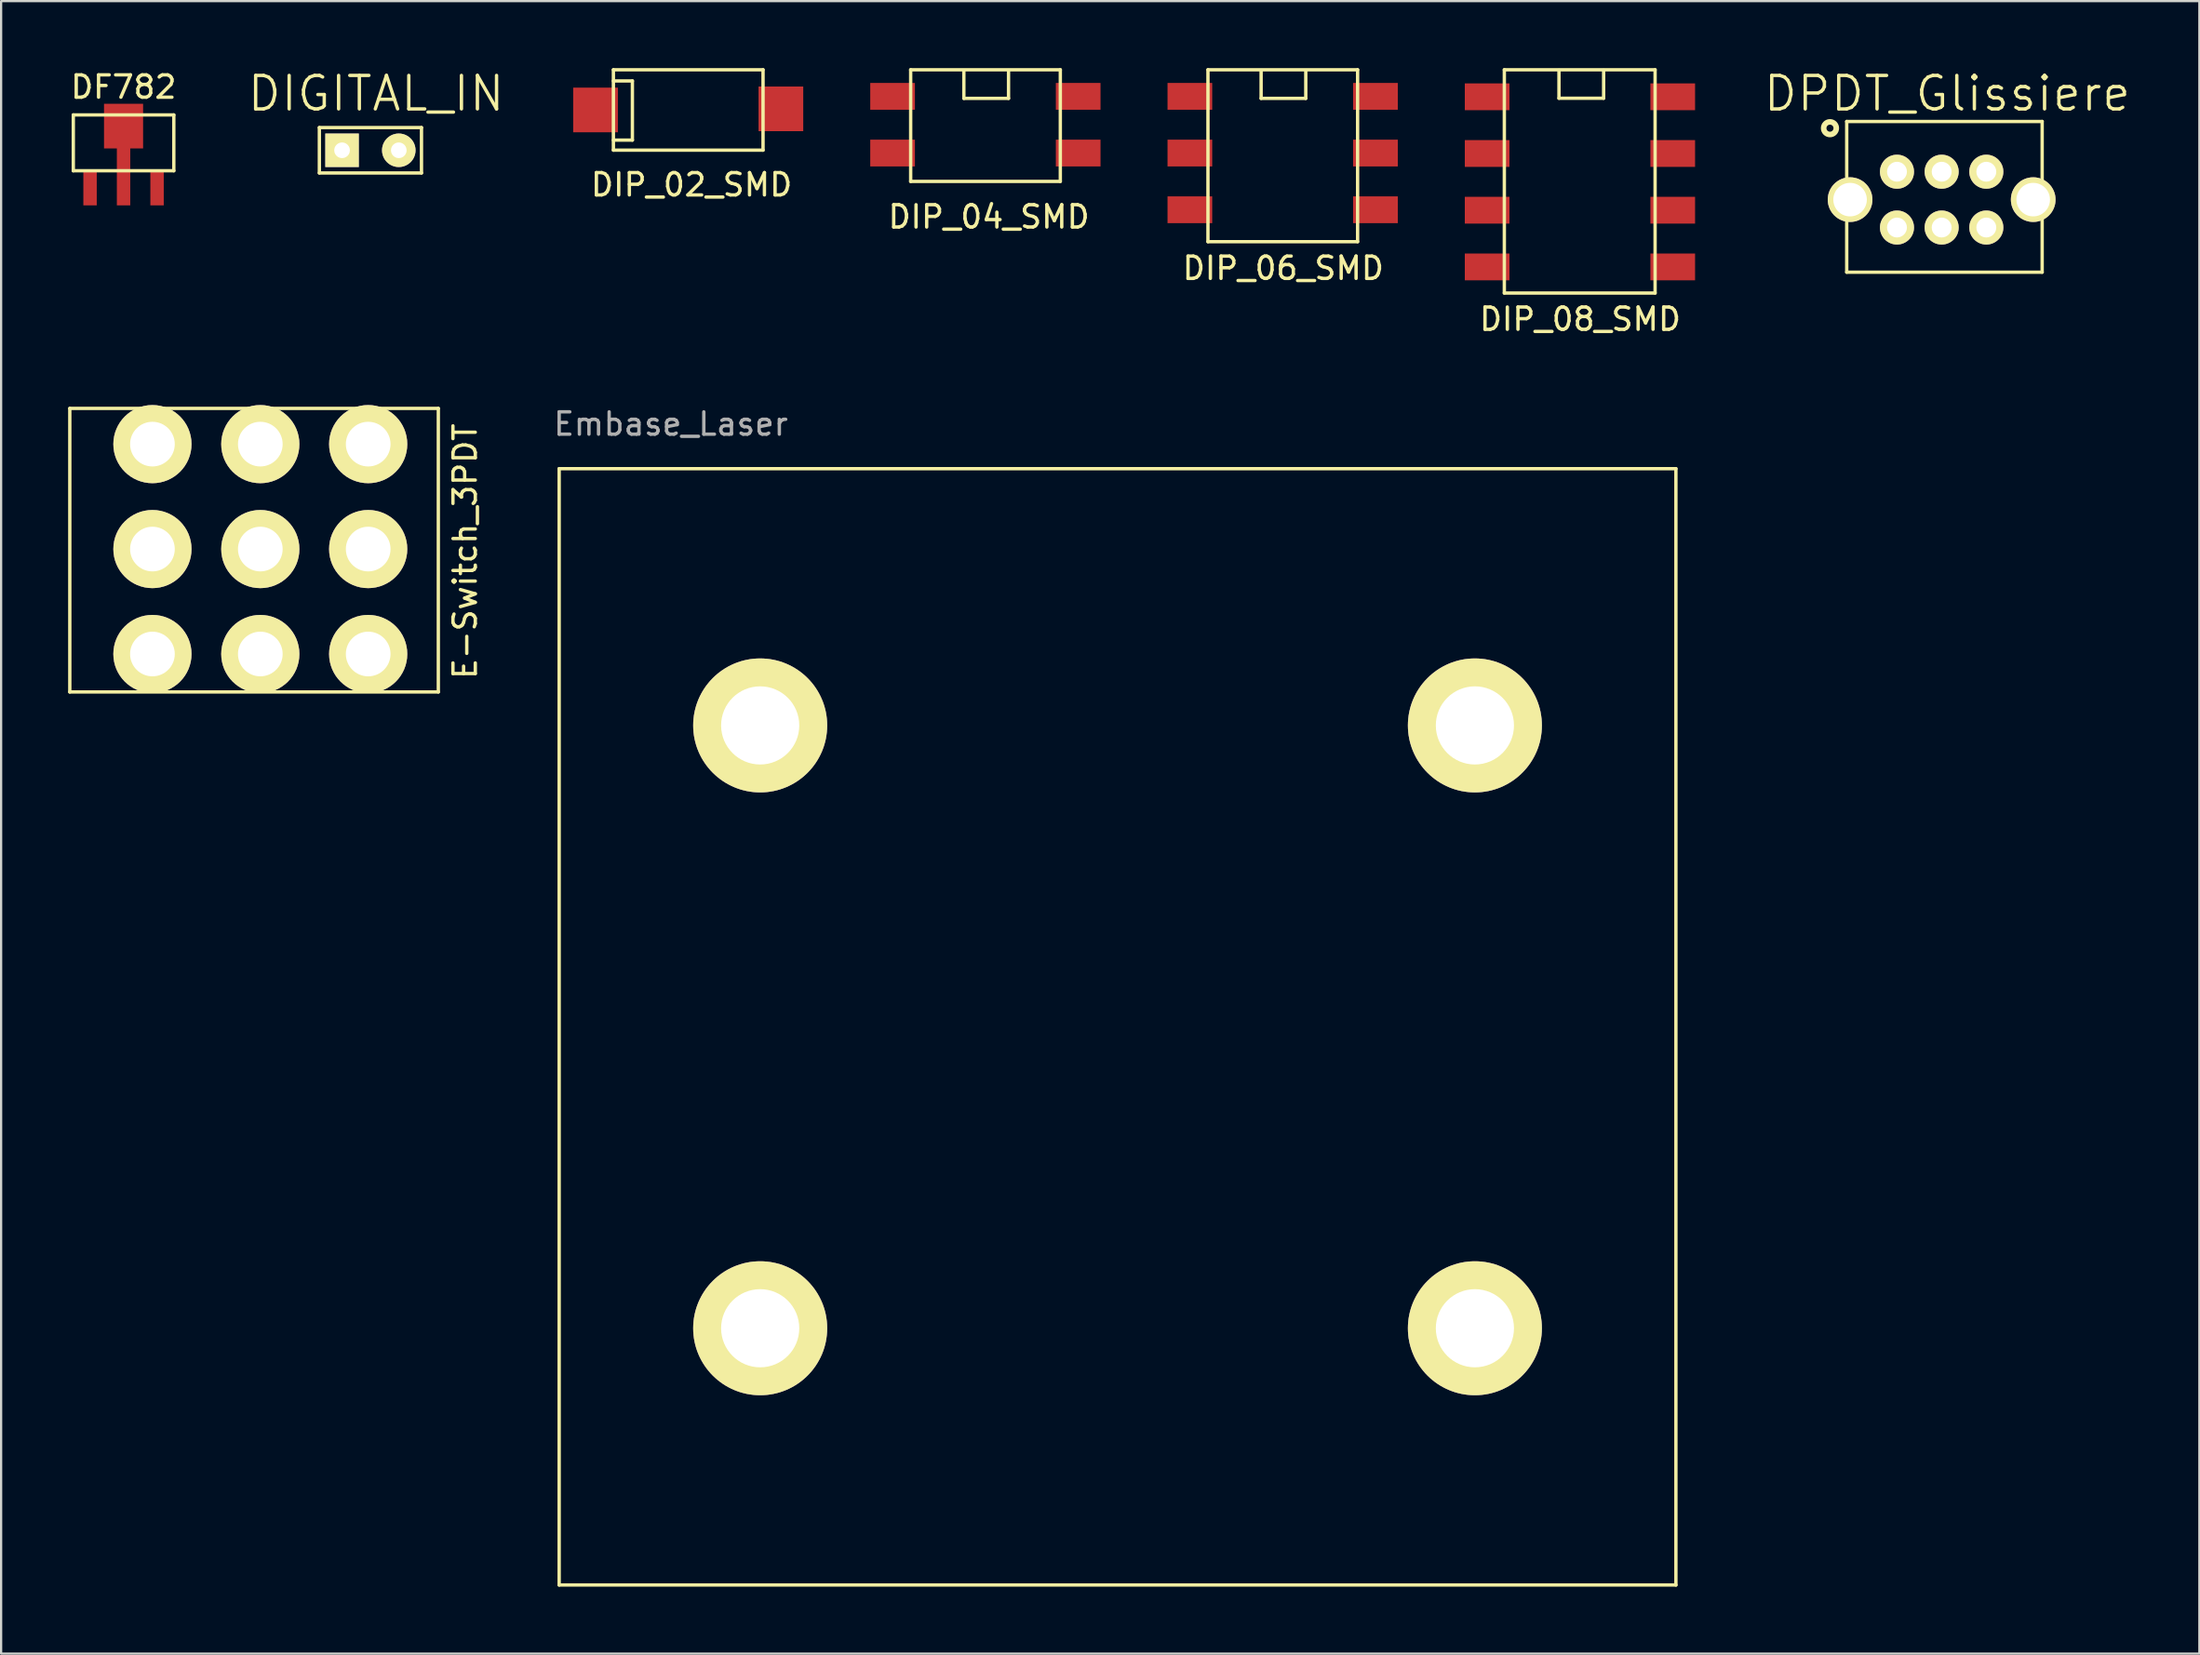
<source format=kicad_pcb>
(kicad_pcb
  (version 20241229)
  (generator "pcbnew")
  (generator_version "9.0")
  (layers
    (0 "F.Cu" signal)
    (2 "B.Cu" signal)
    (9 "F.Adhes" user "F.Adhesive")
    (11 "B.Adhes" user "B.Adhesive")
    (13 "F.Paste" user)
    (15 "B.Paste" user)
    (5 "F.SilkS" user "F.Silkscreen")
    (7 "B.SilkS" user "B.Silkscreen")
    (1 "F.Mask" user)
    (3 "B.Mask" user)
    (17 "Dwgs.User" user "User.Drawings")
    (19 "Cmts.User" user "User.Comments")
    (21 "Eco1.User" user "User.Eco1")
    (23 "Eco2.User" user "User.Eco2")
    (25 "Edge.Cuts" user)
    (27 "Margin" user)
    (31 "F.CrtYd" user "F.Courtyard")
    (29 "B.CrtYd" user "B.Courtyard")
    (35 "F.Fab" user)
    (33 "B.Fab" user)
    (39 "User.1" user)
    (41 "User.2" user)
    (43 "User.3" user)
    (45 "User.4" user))
  (footprint "DIP_08_SMD"
    (layer "F.Cu")
    (at 67.7 5.044)
    (property "Reference" "DIP_08_SMD" (at 0 6.2 0) (layer "F.SilkS") (effects (font (size 1 1) (thickness 0.15))))
    (attr through_hole)
    (fp_line (start -3.396 -4.969) (end -3.396 5.031) (stroke (width 0.15) (type solid)) (layer "F.SilkS"))
    (fp_line (start -3.396 -4.969) (end 3.354 -4.969) (stroke (width 0.15) (type solid)) (layer "F.SilkS"))
    (fp_line (start -3.396 5.031) (end 3.354 5.031) (stroke (width 0.15) (type solid)) (layer "F.SilkS"))
    (fp_line (start -0.95 -4.944) (end -0.95 -3.694) (stroke (width 0.15) (type solid)) (layer "F.SilkS"))
    (fp_line (start -0.95 -3.694) (end 1.05 -3.694) (stroke (width 0.15) (type solid)) (layer "F.SilkS"))
    (fp_line (start 1.05 -3.694) (end 1.05 -4.944) (stroke (width 0.15) (type solid)) (layer "F.SilkS"))
    (fp_line (start 3.354 -4.969) (end 3.354 5.031) (stroke (width 0.15) (type solid)) (layer "F.SilkS"))
    (pad "1" smd rect (at -4.166 -3.759 270) (size 1.2 2) (layers "F.Cu" "F.Mask" "F.Paste"))
    (pad "2" smd rect (at -4.166 -1.219 270) (size 1.2 2) (layers "F.Cu" "F.Mask" "F.Paste"))
    (pad "3" smd rect (at -4.166 1.321 270) (size 1.2 2) (layers "F.Cu" "F.Mask" "F.Paste"))
    (pad "4" smd rect (at -4.166 3.861 270) (size 1.2 2) (layers "F.Cu" "F.Mask" "F.Paste"))
    (pad "5" smd rect (at 4.144 3.861 270) (size 1.2 2) (layers "F.Cu" "F.Mask" "F.Paste"))
    (pad "6" smd rect (at 4.144 1.321 270) (size 1.2 2) (layers "F.Cu" "F.Mask" "F.Paste"))
    (pad "7" smd rect (at 4.144 -1.219 270) (size 1.2 2) (layers "F.Cu" "F.Mask" "F.Paste"))
    (pad "8" smd rect (at 4.144 -3.759 270) (size 1.2 2) (layers "F.Cu" "F.Mask" "F.Paste")))
  (footprint "DPDT_Glissiere"
    (layer "F.Cu")
    (at 83.884 5.891)
    (property "Reference" "DPDT_Glissiere" (at 0.25 -4.75 0) (layer "F.SilkS") (effects (font (size 1.5 1.5) (thickness 0.15))))
    (attr through_hole)
    (fp_line (start -4.25 -3.5) (end 4.5 -3.5) (stroke (width 0.15) (type solid)) (layer "F.SilkS"))
    (fp_line (start -4.25 3.25) (end -4.25 -3.5) (stroke (width 0.15) (type solid)) (layer "F.SilkS"))
    (fp_line (start 4.5 -3.5) (end 4.5 3.25) (stroke (width 0.15) (type solid)) (layer "F.SilkS"))
    (fp_line (start 4.5 3.25) (end -4.25 3.25) (stroke (width 0.15) (type solid)) (layer "F.SilkS"))
    (fp_circle (center -5 -3.2) (end -4.8 -3) (stroke (width 0.25) (type solid)) (fill no) (layer "F.SilkS"))
    (pad "" np_thru_hole circle (at -4.1 0) (size 2 2) (drill 1.5) (layers "*.Cu" "*.Mask" "F.SilkS"))
    (pad "" np_thru_hole circle (at 4.1 0) (size 2 2) (drill 1.5) (layers "*.Cu" "*.Mask" "F.SilkS"))
    (pad "1" thru_hole circle (at -2 -1.25) (size 1.524 1.524) (drill 0.889) (layers "*.Cu" "*.Mask" "F.SilkS"))
    (pad "2" thru_hole circle (at 0 -1.25) (size 1.524 1.524) (drill 0.889) (layers "*.Cu" "*.Mask" "F.SilkS"))
    (pad "3" thru_hole circle (at 2 -1.25) (size 1.524 1.524) (drill 0.889) (layers "*.Cu" "*.Mask" "F.SilkS"))
    (pad "4" thru_hole circle (at -2 1.25) (size 1.524 1.524) (drill 0.889) (layers "*.Cu" "*.Mask" "F.SilkS"))
    (pad "5" thru_hole circle (at 0 1.25) (size 1.524 1.524) (drill 0.889) (layers "*.Cu" "*.Mask" "F.SilkS"))
    (pad "6" thru_hole circle (at 2 1.25) (size 1.524 1.524) (drill 0.889) (layers "*.Cu" "*.Mask" "F.SilkS")))
  (footprint "DIGITAL_IN"
    (layer "F.Cu")
    (at 12.265 3.681)
    (property "Reference" "DIGITAL_IN" (at 1.524 -2.54 0) (layer "F.SilkS") (effects (font (size 1.5 1.5) (thickness 0.15))))
    (attr through_hole)
    (fp_line (start -1.016 -1.016) (end -1.016 1.016) (stroke (width 0.15) (type solid)) (layer "F.SilkS"))
    (fp_line (start -1.016 1.016) (end 3.556 1.016) (stroke (width 0.15) (type solid)) (layer "F.SilkS"))
    (fp_line (start 3.556 -1.016) (end -1.016 -1.016) (stroke (width 0.15) (type solid)) (layer "F.SilkS"))
    (fp_line (start 3.556 1.016) (end 3.556 -1.016) (stroke (width 0.15) (type solid)) (layer "F.SilkS"))
    (pad "1" thru_hole rect (at 0 0) (size 1.5 1.5) (drill 0.7) (layers "*.Cu" "*.Mask" "F.SilkS"))
    (pad "2" thru_hole circle (at 2.54 0) (size 1.5 1.5) (drill 0.7) (layers "*.Cu" "*.Mask" "F.SilkS")))
  (footprint "DIP_02_SMD"
    (layer "F.Cu")
    (at 28.064 1.675)
    (property "Reference" "DIP_02_SMD" (at -0.15 3.55 0) (layer "F.SilkS") (effects (font (size 1 1) (thickness 0.15))))
    (attr through_hole)
    (fp_line (start -3.65 -1.6) (end -3.65 2) (stroke (width 0.15) (type solid)) (layer "F.SilkS"))
    (fp_line (start -3.65 -1.1) (end -2.8 -1.1) (stroke (width 0.15) (type solid)) (layer "F.SilkS"))
    (fp_line (start -3.65 2) (end 3.05 2) (stroke (width 0.15) (type solid)) (layer "F.SilkS"))
    (fp_line (start -2.8 -1.1) (end -2.8 1.55) (stroke (width 0.15) (type solid)) (layer "F.SilkS"))
    (fp_line (start -2.8 1.55) (end -3.65 1.55) (stroke (width 0.15) (type solid)) (layer "F.SilkS"))
    (fp_line (start 3.05 -1.6) (end -3.65 -1.6) (stroke (width 0.15) (type solid)) (layer "F.SilkS"))
    (fp_line (start 3.05 -1.6) (end 3.05 2) (stroke (width 0.15) (type solid)) (layer "F.SilkS"))
    (pad "1" smd rect (at -4.45 0.2 270) (size 2 2) (layers "F.Cu" "F.Mask" "F.Paste"))
    (pad "2" smd rect (at 3.85 0.15 270) (size 2 2) (layers "F.Cu" "F.Mask" "F.Paste")))
  (footprint "Embase_Laser"
    (layer "F.Cu")
    (at 46.986 42.941)
    (property "Reference" "Embase_Laser" (at -20 -27 0) (layer "F.Fab") (effects (font (size 1 1) (thickness 0.15))))
    (attr through_hole)
    (fp_line (start -25 -25) (end 25 -25) (stroke (width 0.15) (type solid)) (layer "F.SilkS"))
    (fp_line (start -25 25) (end -25 -25) (stroke (width 0.15) (type solid)) (layer "F.SilkS"))
    (fp_line (start 25 -25) (end 25 25) (stroke (width 0.15) (type solid)) (layer "F.SilkS"))
    (fp_line (start 25 25) (end -25 25) (stroke (width 0.15) (type solid)) (layer "F.SilkS"))
    (pad "1" thru_hole circle (at -16 -13.5) (size 6 6) (drill 3.5) (layers "*.Cu" "*.Mask" "F.SilkS"))
    (pad "2" thru_hole circle (at 16 -13.5) (size 6 6) (drill 3.5) (layers "*.Cu" "*.Mask" "F.SilkS"))
    (pad "3" thru_hole circle (at -16 13.5) (size 6 6) (drill 3.5) (layers "*.Cu" "*.Mask" "F.SilkS"))
    (pad "4" thru_hole circle (at 16 13.5) (size 6 6) (drill 3.5) (layers "*.Cu" "*.Mask" "F.SilkS")))
  (footprint "E-Switch_3PDT"
    (layer "F.Cu")
    (at 8.575 21.542)
    (property "Reference" "E-Switch_3PDT" (at 9.2 0.1 90) (layer "F.SilkS") (effects (font (size 1 1) (thickness 0.15))))
    (attr through_hole)
    (fp_line (start -8.5 -6.3) (end 8 -6.3) (stroke (width 0.15) (type solid)) (layer "F.SilkS"))
    (fp_line (start -8.5 6.4) (end -8.5 -6.3) (stroke (width 0.15) (type solid)) (layer "F.SilkS"))
    (fp_line (start 8 -6.3) (end 8 6.4) (stroke (width 0.15) (type solid)) (layer "F.SilkS"))
    (fp_line (start 8 6.4) (end -8.5 6.4) (stroke (width 0.15) (type solid)) (layer "F.SilkS"))
    (pad "1" thru_hole oval (at -4.8 -4.7) (size 3.5 3.5) (drill 2) (layers "*.Cu" "*.Mask" "F.SilkS"))
    (pad "2" thru_hole oval (at -4.8 0) (size 3.5 3.5) (drill 2) (layers "*.Cu" "*.Mask" "F.SilkS"))
    (pad "3" thru_hole oval (at -4.8 4.7) (size 3.5 3.5) (drill 2) (layers "*.Cu" "*.Mask" "F.SilkS"))
    (pad "4" thru_hole oval (at 0.03 -4.7) (size 3.5 3.5) (drill 2) (layers "*.Cu" "*.Mask" "F.SilkS"))
    (pad "5" thru_hole oval (at 0.03 0) (size 3.5 3.5) (drill 2) (layers "*.Cu" "*.Mask" "F.SilkS"))
    (pad "6" thru_hole oval (at 0.03 4.7) (size 3.5 3.5) (drill 2) (layers "*.Cu" "*.Mask" "F.SilkS"))
    (pad "7" thru_hole oval (at 4.86 -4.7) (size 3.5 3.5) (drill 2) (layers "*.Cu" "*.Mask" "F.SilkS"))
    (pad "8" thru_hole oval (at 4.86 0) (size 3.5 3.5) (drill 2) (layers "*.Cu" "*.Mask" "F.SilkS"))
    (pad "9" thru_hole oval (at 4.86 4.7) (size 3.5 3.5) (drill 2) (layers "*.Cu" "*.Mask" "F.SilkS")))
  (footprint "DIP_04_SMD"
    (layer "F.Cu")
    (at 41.124 2.675)
    (property "Reference" "DIP_04_SMD" (at 0.102 3.988 0) (layer "F.SilkS") (effects (font (size 1 1) (thickness 0.15))))
    (attr through_hole)
    (fp_line (start -3.4 -2.6) (end -3.4 2.4) (stroke (width 0.15) (type solid)) (layer "F.SilkS"))
    (fp_line (start -3.4 2.4) (end 3.3 2.4) (stroke (width 0.15) (type solid)) (layer "F.SilkS"))
    (fp_line (start -1.019 -2.569) (end -1.019 -1.319) (stroke (width 0.15) (type solid)) (layer "F.SilkS"))
    (fp_line (start -1.019 -1.319) (end 0.981 -1.319) (stroke (width 0.15) (type solid)) (layer "F.SilkS"))
    (fp_line (start 0.981 -1.319) (end 0.981 -2.569) (stroke (width 0.15) (type solid)) (layer "F.SilkS"))
    (fp_line (start 3.3 -2.6) (end -3.4 -2.6) (stroke (width 0.15) (type solid)) (layer "F.SilkS"))
    (fp_line (start 3.3 -2.6) (end 3.3 2.4) (stroke (width 0.15) (type solid)) (layer "F.SilkS"))
    (pad "1" smd rect (at -4.21 -1.41 270) (size 1.2 2) (layers "F.Cu" "F.Mask" "F.Paste"))
    (pad "2" smd rect (at -4.21 1.13 270) (size 1.2 2) (layers "F.Cu" "F.Mask" "F.Paste"))
    (pad "3" smd rect (at 4.1 1.13 270) (size 1.2 2) (layers "F.Cu" "F.Mask" "F.Paste"))
    (pad "4" smd rect (at 4.1 -1.41 270) (size 1.2 2) (layers "F.Cu" "F.Mask" "F.Paste")))
  (footprint "DF782"
    (layer "F.Cu")
    (at 0.982 5.348)
    (property "Reference" "DF782" (at 1.5 -4.5 0) (layer "F.SilkS") (effects (font (size 1 1) (thickness 0.15))))
    (attr through_hole)
    (fp_line (start -0.75 -3.25) (end 3.75 -3.25) (stroke (width 0.15) (type solid)) (layer "F.SilkS"))
    (fp_line (start -0.75 -0.75) (end -0.75 -3.25) (stroke (width 0.15) (type solid)) (layer "F.SilkS"))
    (fp_line (start -0.75 -0.75) (end 3.75 -0.75) (stroke (width 0.15) (type solid)) (layer "F.SilkS"))
    (fp_line (start 3.75 -0.75) (end 3.75 -3.25) (stroke (width 0.15) (type solid)) (layer "F.SilkS"))
    (pad "1" smd rect (at 0 0) (size 0.6 1.6) (layers "F.Cu" "F.Mask" "F.Paste"))
    (pad "2" smd rect (at 1.5 -2.75) (size 1.75 2) (layers "F.Cu" "F.Mask" "F.Paste"))
    (pad "2" smd rect (at 1.5 -0.5) (size 0.6 2.6) (layers "F.Cu" "F.Mask" "F.Paste"))
    (pad "3" smd rect (at 3 0) (size 0.6 1.6) (layers "F.Cu" "F.Mask" "F.Paste")))
  (footprint "DIP_06_SMD"
    (layer "F.Cu")
    (at 54.404 3.764)
    (property "Reference" "DIP_06_SMD" (at 0 5.2 0) (layer "F.SilkS") (effects (font (size 1 1) (thickness 0.15))))
    (attr through_hole)
    (fp_line (start -3.37 -3.689) (end -3.37 4.011) (stroke (width 0.15) (type solid)) (layer "F.SilkS"))
    (fp_line (start -3.37 4.011) (end 3.33 4.011) (stroke (width 0.15) (type solid)) (layer "F.SilkS"))
    (fp_line (start -0.99 -3.658) (end -0.99 -2.408) (stroke (width 0.15) (type solid)) (layer "F.SilkS"))
    (fp_line (start -0.99 -2.408) (end 1.01 -2.408) (stroke (width 0.15) (type solid)) (layer "F.SilkS"))
    (fp_line (start 1.01 -2.408) (end 1.01 -3.658) (stroke (width 0.15) (type solid)) (layer "F.SilkS"))
    (fp_line (start 3.33 -3.689) (end -3.37 -3.689) (stroke (width 0.15) (type solid)) (layer "F.SilkS"))
    (fp_line (start 3.33 -3.689) (end 3.33 4.011) (stroke (width 0.15) (type solid)) (layer "F.SilkS"))
    (pad "1" smd rect (at -4.18 -2.499 270) (size 1.2 2) (layers "F.Cu" "F.Mask" "F.Paste"))
    (pad "2" smd rect (at -4.18 0.041 270) (size 1.2 2) (layers "F.Cu" "F.Mask" "F.Paste"))
    (pad "3" smd rect (at -4.18 2.581 270) (size 1.2 2) (layers "F.Cu" "F.Mask" "F.Paste"))
    (pad "4" smd rect (at 4.13 2.581 270) (size 1.2 2) (layers "F.Cu" "F.Mask" "F.Paste"))
    (pad "5" smd rect (at 4.13 0.041 270) (size 1.2 2) (layers "F.Cu" "F.Mask" "F.Paste"))
    (pad "6" smd rect (at 4.13 -2.499 270) (size 1.2 2) (layers "F.Cu" "F.Mask" "F.Paste")))
  (gr_rect
    (start -3 -3)
    (end 95.423 71.016)
    (stroke (width 0.1) (type default))
    (fill no)
    (layer "Edge.Cuts")))
</source>
